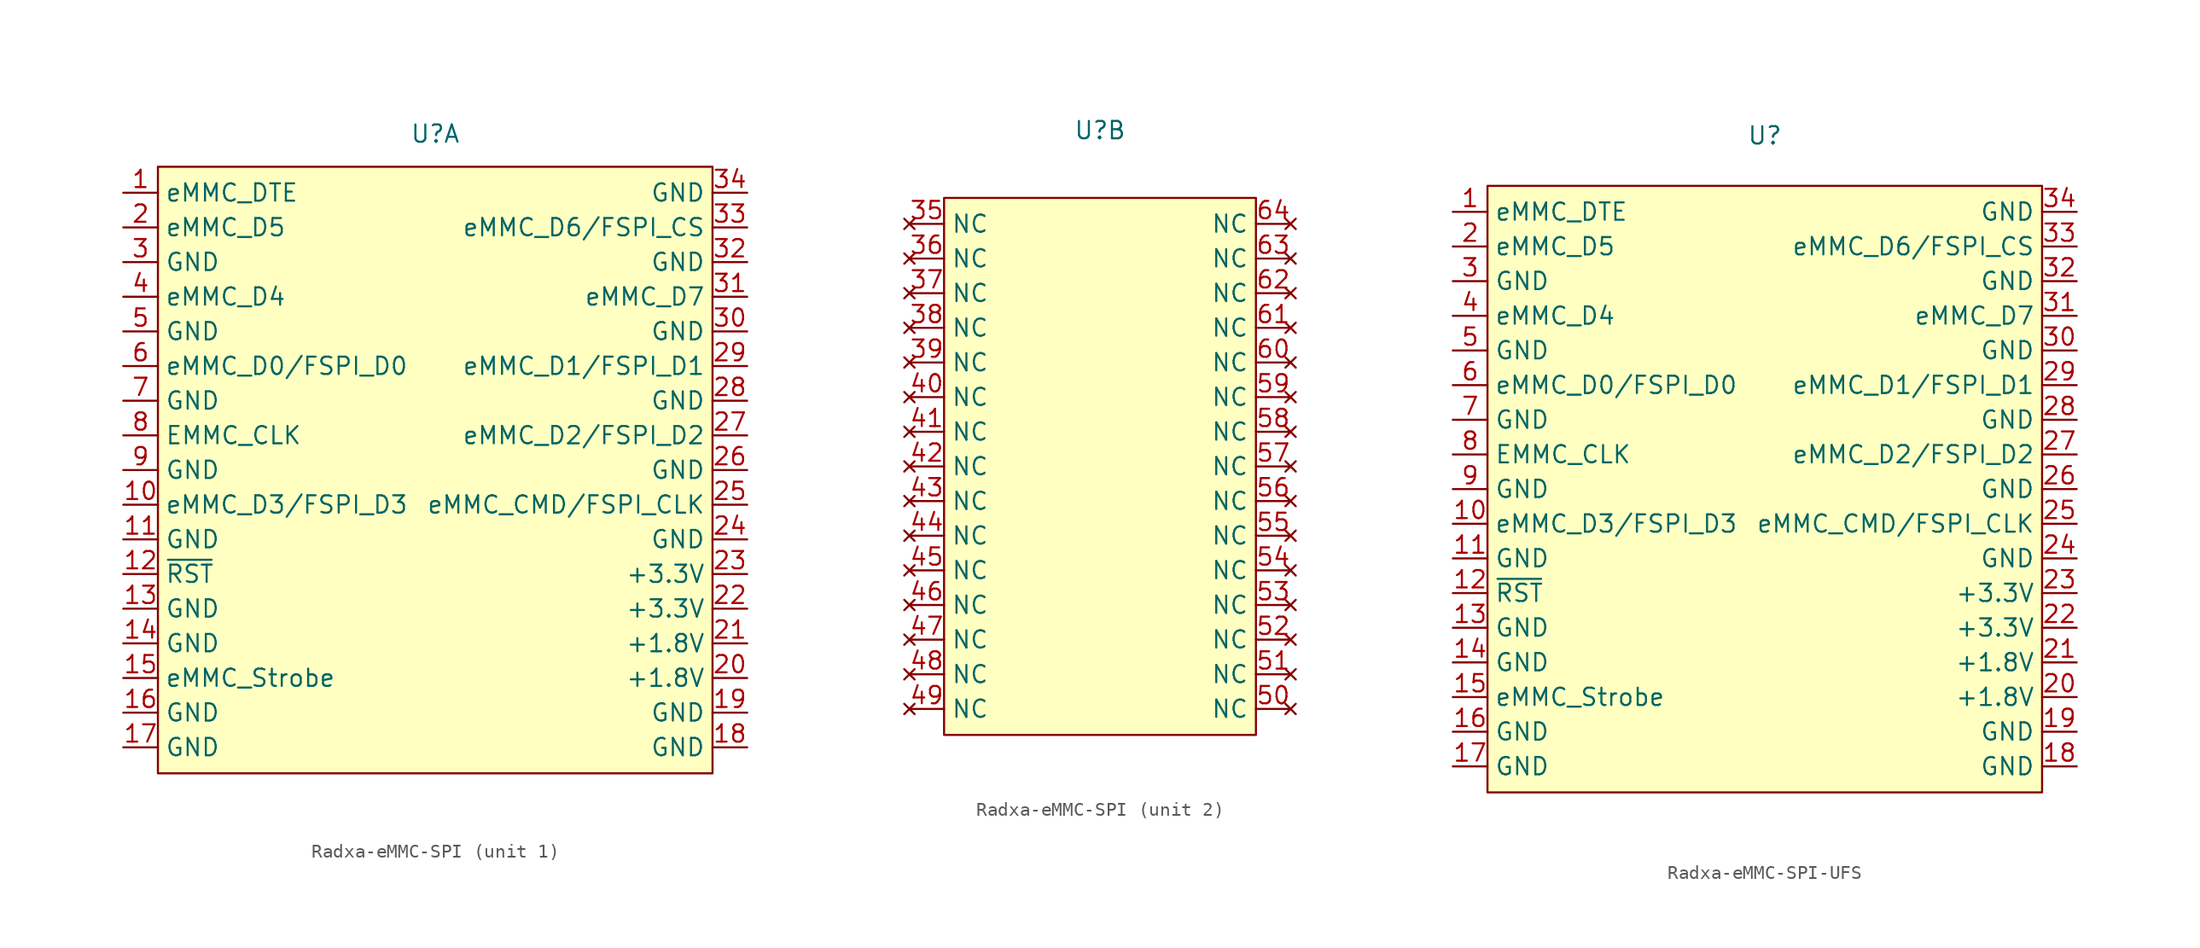
<source format=kicad_sym>
(kicad_symbol_lib
  (version 20241209)
  (generator "kicad_symbol_editor")
  (generator_version "9.0")
  (symbol "Radxa-eMMC-SPI"
    (property "Reference" "U"
      (at 0 24.638 0)
      (effects (font (size 1.27 1.27))))
    (property "Value" ""
      (at 0 0 0)
      (effects (font (size 1.27 1.27))))
    (property "ki_locked" ""
      (at 0 0 0)
      (effects (font (size 1.27 1.27))))
    (symbol "Radxa-eMMC-SPI_1_1"
      (rectangle (start -20.32 22.225) (end 20.32 -22.225) (stroke (width 0) (type default)) (fill (type background)))
      (pin passive line (at -22.86 20.32 0) (length 2.54) (name "eMMC_DTE" (effects (font (size 1.27 1.27)))) (number "1" (effects (font (size 1.27 1.27)))))
      (pin bidirectional line (at -22.86 17.78 0) (length 2.54) (name "eMMC_D5" (effects (font (size 1.27 1.27)))) (number "2" (effects (font (size 1.27 1.27)))))
      (pin passive line (at -22.86 15.24 0) (length 2.54) (name "GND" (effects (font (size 1.27 1.27)))) (number "3" (effects (font (size 1.27 1.27)))))
      (pin bidirectional line (at -22.86 12.7 0) (length 2.54) (name "eMMC_D4" (effects (font (size 1.27 1.27)))) (number "4" (effects (font (size 1.27 1.27)))))
      (pin passive line (at -22.86 10.16 0) (length 2.54) (name "GND" (effects (font (size 1.27 1.27)))) (number "5" (effects (font (size 1.27 1.27)))))
      (pin bidirectional line (at -22.86 7.62 0) (length 2.54) (name "eMMC_D0/FSPI_D0" (effects (font (size 1.27 1.27)))) (number "6" (effects (font (size 1.27 1.27)))))
      (pin passive line (at -22.86 5.08 0) (length 2.54) (name "GND" (effects (font (size 1.27 1.27)))) (number "7" (effects (font (size 1.27 1.27)))))
      (pin input line (at -22.86 2.54 0) (length 2.54) (name "EMMC_CLK" (effects (font (size 1.27 1.27)))) (number "8" (effects (font (size 1.27 1.27)))))
      (pin passive line (at -22.86 0 0) (length 2.54) (name "GND" (effects (font (size 1.27 1.27)))) (number "9" (effects (font (size 1.27 1.27)))))
      (pin bidirectional line (at -22.86 -2.54 0) (length 2.54) (name "eMMC_D3/FSPI_D3" (effects (font (size 1.27 1.27)))) (number "10" (effects (font (size 1.27 1.27)))))
      (pin passive line (at -22.86 -5.08 0) (length 2.54) (name "GND" (effects (font (size 1.27 1.27)))) (number "11" (effects (font (size 1.27 1.27)))))
      (pin input line (at -22.86 -7.62 0) (length 2.54) (name "~{RST}" (effects (font (size 1.27 1.27)))) (number "12" (effects (font (size 1.27 1.27)))))
      (pin passive line (at -22.86 -10.16 0) (length 2.54) (name "GND" (effects (font (size 1.27 1.27)))) (number "13" (effects (font (size 1.27 1.27)))))
      (pin passive line (at -22.86 -12.7 0) (length 2.54) (name "GND" (effects (font (size 1.27 1.27)))) (number "14" (effects (font (size 1.27 1.27)))))
      (pin bidirectional line (at -22.86 -15.24 0) (length 2.54) (name "eMMC_Strobe" (effects (font (size 1.27 1.27)))) (number "15" (effects (font (size 1.27 1.27)))))
      (pin passive line (at -22.86 -17.78 0) (length 2.54) (name "GND" (effects (font (size 1.27 1.27)))) (number "16" (effects (font (size 1.27 1.27)))))
      (pin passive line (at -22.86 -20.32 0) (length 2.54) (name "GND" (effects (font (size 1.27 1.27)))) (number "17" (effects (font (size 1.27 1.27)))))
      (pin passive line (at 22.86 20.32 180) (length 2.54) (name "GND" (effects (font (size 1.27 1.27)))) (number "34" (effects (font (size 1.27 1.27)))))
      (pin bidirectional line (at 22.86 17.78 180) (length 2.54) (name "eMMC_D6/FSPI_CS" (effects (font (size 1.27 1.27)))) (number "33" (effects (font (size 1.27 1.27)))))
      (pin passive line (at 22.86 15.24 180) (length 2.54) (name "GND" (effects (font (size 1.27 1.27)))) (number "32" (effects (font (size 1.27 1.27)))))
      (pin bidirectional line (at 22.86 12.7 180) (length 2.54) (name "eMMC_D7" (effects (font (size 1.27 1.27)))) (number "31" (effects (font (size 1.27 1.27)))))
      (pin passive line (at 22.86 10.16 180) (length 2.54) (name "GND" (effects (font (size 1.27 1.27)))) (number "30" (effects (font (size 1.27 1.27)))))
      (pin bidirectional line (at 22.86 7.62 180) (length 2.54) (name "eMMC_D1/FSPI_D1" (effects (font (size 1.27 1.27)))) (number "29" (effects (font (size 1.27 1.27)))))
      (pin passive line (at 22.86 5.08 180) (length 2.54) (name "GND" (effects (font (size 1.27 1.27)))) (number "28" (effects (font (size 1.27 1.27)))))
      (pin bidirectional line (at 22.86 2.54 180) (length 2.54) (name "eMMC_D2/FSPI_D2" (effects (font (size 1.27 1.27)))) (number "27" (effects (font (size 1.27 1.27)))))
      (pin passive line (at 22.86 0 180) (length 2.54) (name "GND" (effects (font (size 1.27 1.27)))) (number "26" (effects (font (size 1.27 1.27)))))
      (pin bidirectional line (at 22.86 -2.54 180) (length 2.54) (name "eMMC_CMD/FSPI_CLK" (effects (font (size 1.27 1.27)))) (number "25" (effects (font (size 1.27 1.27)))))
      (pin passive line (at 22.86 -5.08 180) (length 2.54) (name "GND" (effects (font (size 1.27 1.27)))) (number "24" (effects (font (size 1.27 1.27)))))
      (pin power_in line (at 22.86 -7.62 180) (length 2.54) (name "+3.3V" (effects (font (size 1.27 1.27)))) (number "23" (effects (font (size 1.27 1.27)))))
      (pin power_in line (at 22.86 -10.16 180) (length 2.54) (name "+3.3V" (effects (font (size 1.27 1.27)))) (number "22" (effects (font (size 1.27 1.27)))))
      (pin power_in line (at 22.86 -12.7 180) (length 2.54) (name "+1.8V" (effects (font (size 1.27 1.27)))) (number "21" (effects (font (size 1.27 1.27)))))
      (pin power_in line (at 22.86 -15.24 180) (length 2.54) (name "+1.8V" (effects (font (size 1.27 1.27)))) (number "20" (effects (font (size 1.27 1.27)))))
      (pin passive line (at 22.86 -17.78 180) (length 2.54) (name "GND" (effects (font (size 1.27 1.27)))) (number "19" (effects (font (size 1.27 1.27)))))
      (pin passive line (at 22.86 -20.32 180) (length 2.54) (name "GND" (effects (font (size 1.27 1.27)))) (number "18" (effects (font (size 1.27 1.27))))))
    (symbol "Radxa-eMMC-SPI_2_1"
      (rectangle (start -11.43 19.685) (end 11.43 -19.685) (stroke (width 0) (type default)) (fill (type background)))
      (pin no_connect line (at -13.97 17.78 0) (length 2.54) (name "NC" (effects (font (size 1.27 1.27)))) (number "35" (effects (font (size 1.27 1.27)))))
      (pin no_connect line (at -13.97 15.24 0) (length 2.54) (name "NC" (effects (font (size 1.27 1.27)))) (number "36" (effects (font (size 1.27 1.27)))))
      (pin no_connect line (at -13.97 12.7 0) (length 2.54) (name "NC" (effects (font (size 1.27 1.27)))) (number "37" (effects (font (size 1.27 1.27)))))
      (pin no_connect line (at -13.97 10.16 0) (length 2.54) (name "NC" (effects (font (size 1.27 1.27)))) (number "38" (effects (font (size 1.27 1.27)))))
      (pin no_connect line (at -13.97 7.62 0) (length 2.54) (name "NC" (effects (font (size 1.27 1.27)))) (number "39" (effects (font (size 1.27 1.27)))))
      (pin no_connect line (at -13.97 5.08 0) (length 2.54) (name "NC" (effects (font (size 1.27 1.27)))) (number "40" (effects (font (size 1.27 1.27)))))
      (pin no_connect line (at -13.97 2.54 0) (length 2.54) (name "NC" (effects (font (size 1.27 1.27)))) (number "41" (effects (font (size 1.27 1.27)))))
      (pin no_connect line (at -13.97 0 0) (length 2.54) (name "NC" (effects (font (size 1.27 1.27)))) (number "42" (effects (font (size 1.27 1.27)))))
      (pin no_connect line (at -13.97 -2.54 0) (length 2.54) (name "NC" (effects (font (size 1.27 1.27)))) (number "43" (effects (font (size 1.27 1.27)))))
      (pin no_connect line (at -13.97 -5.08 0) (length 2.54) (name "NC" (effects (font (size 1.27 1.27)))) (number "44" (effects (font (size 1.27 1.27)))))
      (pin no_connect line (at -13.97 -7.62 0) (length 2.54) (name "NC" (effects (font (size 1.27 1.27)))) (number "45" (effects (font (size 1.27 1.27)))))
      (pin no_connect line (at -13.97 -10.16 0) (length 2.54) (name "NC" (effects (font (size 1.27 1.27)))) (number "46" (effects (font (size 1.27 1.27)))))
      (pin no_connect line (at -13.97 -12.7 0) (length 2.54) (name "NC" (effects (font (size 1.27 1.27)))) (number "47" (effects (font (size 1.27 1.27)))))
      (pin no_connect line (at -13.97 -15.24 0) (length 2.54) (name "NC" (effects (font (size 1.27 1.27)))) (number "48" (effects (font (size 1.27 1.27)))))
      (pin no_connect line (at -13.97 -17.78 0) (length 2.54) (name "NC" (effects (font (size 1.27 1.27)))) (number "49" (effects (font (size 1.27 1.27)))))
      (pin no_connect line (at 13.97 17.78 180) (length 2.54) (name "NC" (effects (font (size 1.27 1.27)))) (number "64" (effects (font (size 1.27 1.27)))))
      (pin no_connect line (at 13.97 15.24 180) (length 2.54) (name "NC" (effects (font (size 1.27 1.27)))) (number "63" (effects (font (size 1.27 1.27)))))
      (pin no_connect line (at 13.97 12.7 180) (length 2.54) (name "NC" (effects (font (size 1.27 1.27)))) (number "62" (effects (font (size 1.27 1.27)))))
      (pin no_connect line (at 13.97 10.16 180) (length 2.54) (name "NC" (effects (font (size 1.27 1.27)))) (number "61" (effects (font (size 1.27 1.27)))))
      (pin no_connect line (at 13.97 7.62 180) (length 2.54) (name "NC" (effects (font (size 1.27 1.27)))) (number "60" (effects (font (size 1.27 1.27)))))
      (pin no_connect line (at 13.97 5.08 180) (length 2.54) (name "NC" (effects (font (size 1.27 1.27)))) (number "59" (effects (font (size 1.27 1.27)))))
      (pin no_connect line (at 13.97 2.54 180) (length 2.54) (name "NC" (effects (font (size 1.27 1.27)))) (number "58" (effects (font (size 1.27 1.27)))))
      (pin no_connect line (at 13.97 0 180) (length 2.54) (name "NC" (effects (font (size 1.27 1.27)))) (number "57" (effects (font (size 1.27 1.27)))))
      (pin no_connect line (at 13.97 -2.54 180) (length 2.54) (name "NC" (effects (font (size 1.27 1.27)))) (number "56" (effects (font (size 1.27 1.27)))))
      (pin no_connect line (at 13.97 -5.08 180) (length 2.54) (name "NC" (effects (font (size 1.27 1.27)))) (number "55" (effects (font (size 1.27 1.27)))))
      (pin no_connect line (at 13.97 -7.62 180) (length 2.54) (name "NC" (effects (font (size 1.27 1.27)))) (number "54" (effects (font (size 1.27 1.27)))))
      (pin no_connect line (at 13.97 -10.16 180) (length 2.54) (name "NC" (effects (font (size 1.27 1.27)))) (number "53" (effects (font (size 1.27 1.27)))))
      (pin no_connect line (at 13.97 -12.7 180) (length 2.54) (name "NC" (effects (font (size 1.27 1.27)))) (number "52" (effects (font (size 1.27 1.27)))))
      (pin no_connect line (at 13.97 -15.24 180) (length 2.54) (name "NC" (effects (font (size 1.27 1.27)))) (number "51" (effects (font (size 1.27 1.27)))))
      (pin no_connect line (at 13.97 -17.78 180) (length 2.54) (name "NC" (effects (font (size 1.27 1.27)))) (number "50" (effects (font (size 1.27 1.27)))))))
  (symbol "Radxa-eMMC-SPI-UFS"
    (property "Reference" "U"
      (at 0 25.908 0)
      (effects (font (size 1.27 1.27))))
    (property "Value" ""
      (at 0 0 0)
      (effects (font (size 1.27 1.27))))
    (property "ki_locked" ""
      (at 0 0 0)
      (effects (font (size 1.27 1.27))))
    (symbol "Radxa-eMMC-SPI-UFS_1_1"
      (rectangle (start -20.32 22.225) (end 20.32 -22.225) (stroke (width 0) (type default)) (fill (type background)))
      (pin passive line (at -22.86 20.32 0) (length 2.54) (name "eMMC_DTE" (effects (font (size 1.27 1.27)))) (number "1" (effects (font (size 1.27 1.27)))))
      (pin bidirectional line (at -22.86 17.78 0) (length 2.54) (name "eMMC_D5" (effects (font (size 1.27 1.27)))) (number "2" (effects (font (size 1.27 1.27)))))
      (pin passive line (at -22.86 15.24 0) (length 2.54) (name "GND" (effects (font (size 1.27 1.27)))) (number "3" (effects (font (size 1.27 1.27)))))
      (pin bidirectional line (at -22.86 12.7 0) (length 2.54) (name "eMMC_D4" (effects (font (size 1.27 1.27)))) (number "4" (effects (font (size 1.27 1.27)))))
      (pin passive line (at -22.86 10.16 0) (length 2.54) (name "GND" (effects (font (size 1.27 1.27)))) (number "5" (effects (font (size 1.27 1.27)))))
      (pin bidirectional line (at -22.86 7.62 0) (length 2.54) (name "eMMC_D0/FSPI_D0" (effects (font (size 1.27 1.27)))) (number "6" (effects (font (size 1.27 1.27)))))
      (pin passive line (at -22.86 5.08 0) (length 2.54) (name "GND" (effects (font (size 1.27 1.27)))) (number "7" (effects (font (size 1.27 1.27)))))
      (pin input line (at -22.86 2.54 0) (length 2.54) (name "EMMC_CLK" (effects (font (size 1.27 1.27)))) (number "8" (effects (font (size 1.27 1.27)))))
      (pin passive line (at -22.86 0 0) (length 2.54) (name "GND" (effects (font (size 1.27 1.27)))) (number "9" (effects (font (size 1.27 1.27)))))
      (pin bidirectional line (at -22.86 -2.54 0) (length 2.54) (name "eMMC_D3/FSPI_D3" (effects (font (size 1.27 1.27)))) (number "10" (effects (font (size 1.27 1.27)))))
      (pin passive line (at -22.86 -5.08 0) (length 2.54) (name "GND" (effects (font (size 1.27 1.27)))) (number "11" (effects (font (size 1.27 1.27)))))
      (pin input line (at -22.86 -7.62 0) (length 2.54) (name "~{RST}" (effects (font (size 1.27 1.27)))) (number "12" (effects (font (size 1.27 1.27)))))
      (pin passive line (at -22.86 -10.16 0) (length 2.54) (name "GND" (effects (font (size 1.27 1.27)))) (number "13" (effects (font (size 1.27 1.27)))))
      (pin passive line (at -22.86 -12.7 0) (length 2.54) (name "GND" (effects (font (size 1.27 1.27)))) (number "14" (effects (font (size 1.27 1.27)))))
      (pin bidirectional line (at -22.86 -15.24 0) (length 2.54) (name "eMMC_Strobe" (effects (font (size 1.27 1.27)))) (number "15" (effects (font (size 1.27 1.27)))))
      (pin passive line (at -22.86 -17.78 0) (length 2.54) (name "GND" (effects (font (size 1.27 1.27)))) (number "16" (effects (font (size 1.27 1.27)))))
      (pin passive line (at -22.86 -20.32 0) (length 2.54) (name "GND" (effects (font (size 1.27 1.27)))) (number "17" (effects (font (size 1.27 1.27)))))
      (pin passive line (at 22.86 20.32 180) (length 2.54) (name "GND" (effects (font (size 1.27 1.27)))) (number "34" (effects (font (size 1.27 1.27)))))
      (pin bidirectional line (at 22.86 17.78 180) (length 2.54) (name "eMMC_D6/FSPI_CS" (effects (font (size 1.27 1.27)))) (number "33" (effects (font (size 1.27 1.27)))))
      (pin passive line (at 22.86 15.24 180) (length 2.54) (name "GND" (effects (font (size 1.27 1.27)))) (number "32" (effects (font (size 1.27 1.27)))))
      (pin bidirectional line (at 22.86 12.7 180) (length 2.54) (name "eMMC_D7" (effects (font (size 1.27 1.27)))) (number "31" (effects (font (size 1.27 1.27)))))
      (pin passive line (at 22.86 10.16 180) (length 2.54) (name "GND" (effects (font (size 1.27 1.27)))) (number "30" (effects (font (size 1.27 1.27)))))
      (pin bidirectional line (at 22.86 7.62 180) (length 2.54) (name "eMMC_D1/FSPI_D1" (effects (font (size 1.27 1.27)))) (number "29" (effects (font (size 1.27 1.27)))))
      (pin passive line (at 22.86 5.08 180) (length 2.54) (name "GND" (effects (font (size 1.27 1.27)))) (number "28" (effects (font (size 1.27 1.27)))))
      (pin bidirectional line (at 22.86 2.54 180) (length 2.54) (name "eMMC_D2/FSPI_D2" (effects (font (size 1.27 1.27)))) (number "27" (effects (font (size 1.27 1.27)))))
      (pin passive line (at 22.86 0 180) (length 2.54) (name "GND" (effects (font (size 1.27 1.27)))) (number "26" (effects (font (size 1.27 1.27)))))
      (pin bidirectional line (at 22.86 -2.54 180) (length 2.54) (name "eMMC_CMD/FSPI_CLK" (effects (font (size 1.27 1.27)))) (number "25" (effects (font (size 1.27 1.27)))))
      (pin passive line (at 22.86 -5.08 180) (length 2.54) (name "GND" (effects (font (size 1.27 1.27)))) (number "24" (effects (font (size 1.27 1.27)))))
      (pin power_in line (at 22.86 -7.62 180) (length 2.54) (name "+3.3V" (effects (font (size 1.27 1.27)))) (number "23" (effects (font (size 1.27 1.27)))))
      (pin power_in line (at 22.86 -10.16 180) (length 2.54) (name "+3.3V" (effects (font (size 1.27 1.27)))) (number "22" (effects (font (size 1.27 1.27)))))
      (pin power_in line (at 22.86 -12.7 180) (length 2.54) (name "+1.8V" (effects (font (size 1.27 1.27)))) (number "21" (effects (font (size 1.27 1.27)))))
      (pin power_in line (at 22.86 -15.24 180) (length 2.54) (name "+1.8V" (effects (font (size 1.27 1.27)))) (number "20" (effects (font (size 1.27 1.27)))))
      (pin passive line (at 22.86 -17.78 180) (length 2.54) (name "GND" (effects (font (size 1.27 1.27)))) (number "19" (effects (font (size 1.27 1.27)))))
      (pin passive line (at 22.86 -20.32 180) (length 2.54) (name "GND" (effects (font (size 1.27 1.27)))) (number "18" (effects (font (size 1.27 1.27))))))))
</source>
